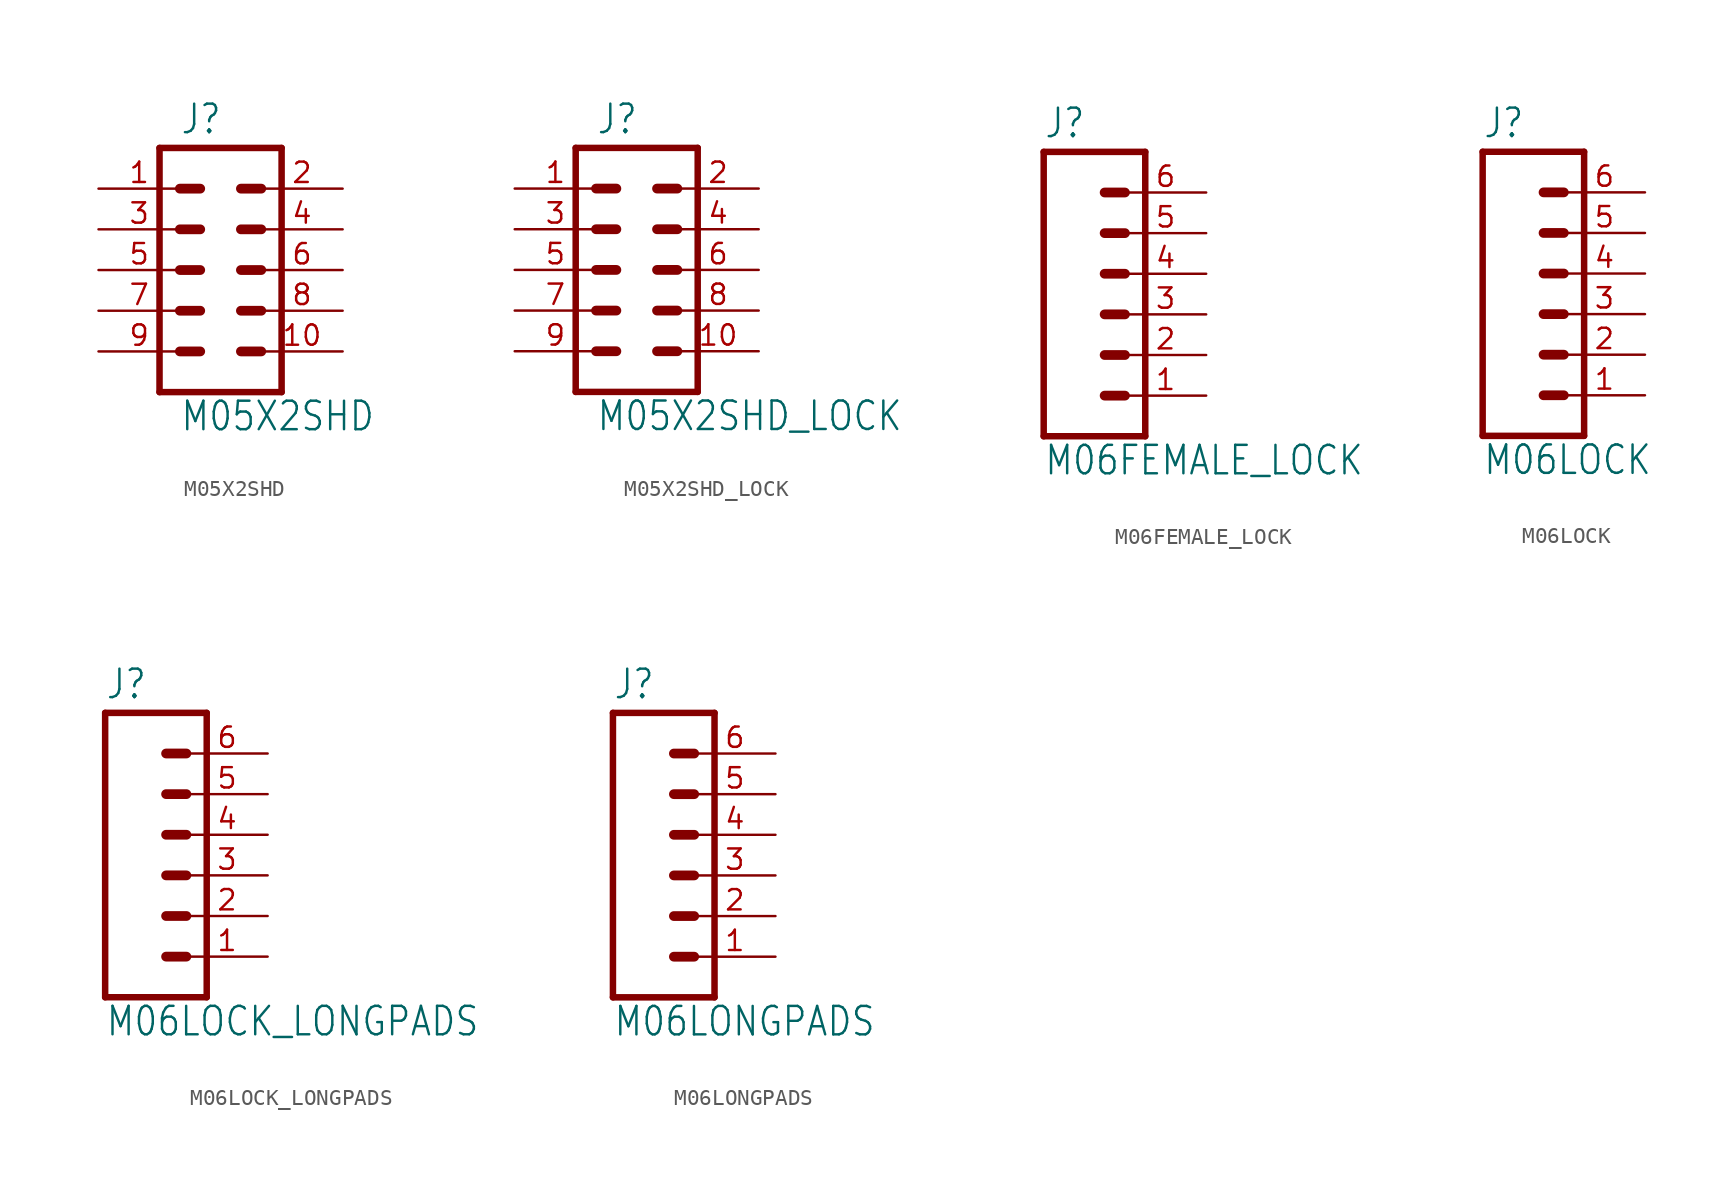
<source format=kicad_sym>
(kicad_symbol_lib
  (version 20220914)
  (generator kicad_symbol_editor)
  (symbol "M05X2SHD"
    (property "Reference" "J"
      (at -2.54 8.382 0)
      (effects (font (size 1.778 1.511)) (justify left bottom)))
    (property "Value" "M05X2SHD"
      (at -2.54 -10.16 0)
      (effects (font (size 1.778 1.511)) (justify left bottom)))
    (property "ki_locked" ""
      (at 0 0 0)
      (effects (font (size 1.27 1.27))))
    (symbol "M05X2SHD_1_0"
      (polyline (pts (xy -3.81 7.62) (xy -3.81 -7.62)) (stroke (width 0.406) (type default)) (fill (type none)))
      (polyline (pts (xy -3.81 7.62) (xy 3.81 7.62)) (stroke (width 0.406) (type default)) (fill (type none)))
      (polyline (pts (xy -1.27 -5.08) (xy -2.54 -5.08)) (stroke (width 0.61) (type default)) (fill (type none)))
      (polyline (pts (xy -1.27 -2.54) (xy -2.54 -2.54)) (stroke (width 0.61) (type default)) (fill (type none)))
      (polyline (pts (xy -1.27 0) (xy -2.54 0)) (stroke (width 0.61) (type default)) (fill (type none)))
      (polyline (pts (xy -1.27 2.54) (xy -2.54 2.54)) (stroke (width 0.61) (type default)) (fill (type none)))
      (polyline (pts (xy -1.27 5.08) (xy -2.54 5.08)) (stroke (width 0.61) (type default)) (fill (type none)))
      (polyline (pts (xy 1.27 -5.08) (xy 2.54 -5.08)) (stroke (width 0.61) (type default)) (fill (type none)))
      (polyline (pts (xy 1.27 -2.54) (xy 2.54 -2.54)) (stroke (width 0.61) (type default)) (fill (type none)))
      (polyline (pts (xy 1.27 0) (xy 2.54 0)) (stroke (width 0.61) (type default)) (fill (type none)))
      (polyline (pts (xy 1.27 2.54) (xy 2.54 2.54)) (stroke (width 0.61) (type default)) (fill (type none)))
      (polyline (pts (xy 1.27 5.08) (xy 2.54 5.08)) (stroke (width 0.61) (type default)) (fill (type none)))
      (polyline (pts (xy 3.81 -7.62) (xy -3.81 -7.62)) (stroke (width 0.406) (type default)) (fill (type none)))
      (polyline (pts (xy 3.81 -7.62) (xy 3.81 7.62)) (stroke (width 0.406) (type default)) (fill (type none)))
      (pin passive line (at -7.62 5.08 0) (length 5.08) (name "1" (effects (font (size 0 0)))) (number "1" (effects (font (size 1.27 1.27)))))
      (pin passive line (at 7.62 -5.08 180) (length 5.08) (name "10" (effects (font (size 0 0)))) (number "10" (effects (font (size 1.27 1.27)))))
      (pin passive line (at 7.62 5.08 180) (length 5.08) (name "2" (effects (font (size 0 0)))) (number "2" (effects (font (size 1.27 1.27)))))
      (pin passive line (at -7.62 2.54 0) (length 5.08) (name "3" (effects (font (size 0 0)))) (number "3" (effects (font (size 1.27 1.27)))))
      (pin passive line (at 7.62 2.54 180) (length 5.08) (name "4" (effects (font (size 0 0)))) (number "4" (effects (font (size 1.27 1.27)))))
      (pin passive line (at -7.62 0 0) (length 5.08) (name "5" (effects (font (size 0 0)))) (number "5" (effects (font (size 1.27 1.27)))))
      (pin passive line (at 7.62 0 180) (length 5.08) (name "6" (effects (font (size 0 0)))) (number "6" (effects (font (size 1.27 1.27)))))
      (pin passive line (at -7.62 -2.54 0) (length 5.08) (name "7" (effects (font (size 0 0)))) (number "7" (effects (font (size 1.27 1.27)))))
      (pin passive line (at 7.62 -2.54 180) (length 5.08) (name "8" (effects (font (size 0 0)))) (number "8" (effects (font (size 1.27 1.27)))))
      (pin passive line (at -7.62 -5.08 0) (length 5.08) (name "9" (effects (font (size 0 0)))) (number "9" (effects (font (size 1.27 1.27)))))))
  (symbol "M05X2SHD_LOCK"
    (property "Reference" "J"
      (at -2.54 8.382 0)
      (effects (font (size 1.778 1.511)) (justify left bottom)))
    (property "Value" "M05X2SHD_LOCK"
      (at -2.54 -10.16 0)
      (effects (font (size 1.778 1.511)) (justify left bottom)))
    (property "ki_locked" ""
      (at 0 0 0)
      (effects (font (size 1.27 1.27))))
    (symbol "M05X2SHD_LOCK_1_0"
      (polyline (pts (xy -3.81 7.62) (xy -3.81 -7.62)) (stroke (width 0.406) (type default)) (fill (type none)))
      (polyline (pts (xy -3.81 7.62) (xy 3.81 7.62)) (stroke (width 0.406) (type default)) (fill (type none)))
      (polyline (pts (xy -1.27 -5.08) (xy -2.54 -5.08)) (stroke (width 0.61) (type default)) (fill (type none)))
      (polyline (pts (xy -1.27 -2.54) (xy -2.54 -2.54)) (stroke (width 0.61) (type default)) (fill (type none)))
      (polyline (pts (xy -1.27 0) (xy -2.54 0)) (stroke (width 0.61) (type default)) (fill (type none)))
      (polyline (pts (xy -1.27 2.54) (xy -2.54 2.54)) (stroke (width 0.61) (type default)) (fill (type none)))
      (polyline (pts (xy -1.27 5.08) (xy -2.54 5.08)) (stroke (width 0.61) (type default)) (fill (type none)))
      (polyline (pts (xy 1.27 -5.08) (xy 2.54 -5.08)) (stroke (width 0.61) (type default)) (fill (type none)))
      (polyline (pts (xy 1.27 -2.54) (xy 2.54 -2.54)) (stroke (width 0.61) (type default)) (fill (type none)))
      (polyline (pts (xy 1.27 0) (xy 2.54 0)) (stroke (width 0.61) (type default)) (fill (type none)))
      (polyline (pts (xy 1.27 2.54) (xy 2.54 2.54)) (stroke (width 0.61) (type default)) (fill (type none)))
      (polyline (pts (xy 1.27 5.08) (xy 2.54 5.08)) (stroke (width 0.61) (type default)) (fill (type none)))
      (polyline (pts (xy 3.81 -7.62) (xy -3.81 -7.62)) (stroke (width 0.406) (type default)) (fill (type none)))
      (polyline (pts (xy 3.81 -7.62) (xy 3.81 7.62)) (stroke (width 0.406) (type default)) (fill (type none)))
      (pin passive line (at -7.62 5.08 0) (length 5.08) (name "1" (effects (font (size 0 0)))) (number "1" (effects (font (size 1.27 1.27)))))
      (pin passive line (at 7.62 -5.08 180) (length 5.08) (name "10" (effects (font (size 0 0)))) (number "10" (effects (font (size 1.27 1.27)))))
      (pin passive line (at 7.62 5.08 180) (length 5.08) (name "2" (effects (font (size 0 0)))) (number "2" (effects (font (size 1.27 1.27)))))
      (pin passive line (at -7.62 2.54 0) (length 5.08) (name "3" (effects (font (size 0 0)))) (number "3" (effects (font (size 1.27 1.27)))))
      (pin passive line (at 7.62 2.54 180) (length 5.08) (name "4" (effects (font (size 0 0)))) (number "4" (effects (font (size 1.27 1.27)))))
      (pin passive line (at -7.62 0 0) (length 5.08) (name "5" (effects (font (size 0 0)))) (number "5" (effects (font (size 1.27 1.27)))))
      (pin passive line (at 7.62 0 180) (length 5.08) (name "6" (effects (font (size 0 0)))) (number "6" (effects (font (size 1.27 1.27)))))
      (pin passive line (at -7.62 -2.54 0) (length 5.08) (name "7" (effects (font (size 0 0)))) (number "7" (effects (font (size 1.27 1.27)))))
      (pin passive line (at 7.62 -2.54 180) (length 5.08) (name "8" (effects (font (size 0 0)))) (number "8" (effects (font (size 1.27 1.27)))))
      (pin passive line (at -7.62 -5.08 0) (length 5.08) (name "9" (effects (font (size 0 0)))) (number "9" (effects (font (size 1.27 1.27)))))))
  (symbol "M06FEMALE_LOCK"
    (property "Reference" "J"
      (at -5.08 10.922 0)
      (effects (font (size 1.778 1.511)) (justify left bottom)))
    (property "Value" "M06FEMALE_LOCK"
      (at -5.08 -10.16 0)
      (effects (font (size 1.778 1.511)) (justify left bottom)))
    (property "ki_locked" ""
      (at 0 0 0)
      (effects (font (size 1.27 1.27))))
    (symbol "M06FEMALE_LOCK_1_0"
      (polyline (pts (xy -5.08 10.16) (xy -5.08 -7.62)) (stroke (width 0.406) (type default)) (fill (type none)))
      (polyline (pts (xy -5.08 10.16) (xy 1.27 10.16)) (stroke (width 0.406) (type default)) (fill (type none)))
      (polyline (pts (xy -1.27 -5.08) (xy 0 -5.08)) (stroke (width 0.61) (type default)) (fill (type none)))
      (polyline (pts (xy -1.27 -2.54) (xy 0 -2.54)) (stroke (width 0.61) (type default)) (fill (type none)))
      (polyline (pts (xy -1.27 0) (xy 0 0)) (stroke (width 0.61) (type default)) (fill (type none)))
      (polyline (pts (xy -1.27 2.54) (xy 0 2.54)) (stroke (width 0.61) (type default)) (fill (type none)))
      (polyline (pts (xy -1.27 5.08) (xy 0 5.08)) (stroke (width 0.61) (type default)) (fill (type none)))
      (polyline (pts (xy -1.27 7.62) (xy 0 7.62)) (stroke (width 0.61) (type default)) (fill (type none)))
      (polyline (pts (xy 1.27 -7.62) (xy -5.08 -7.62)) (stroke (width 0.406) (type default)) (fill (type none)))
      (polyline (pts (xy 1.27 -7.62) (xy 1.27 10.16)) (stroke (width 0.406) (type default)) (fill (type none)))
      (pin passive line (at 5.08 -5.08 180) (length 5.08) (name "1" (effects (font (size 0 0)))) (number "1" (effects (font (size 1.27 1.27)))))
      (pin passive line (at 5.08 -2.54 180) (length 5.08) (name "2" (effects (font (size 0 0)))) (number "2" (effects (font (size 1.27 1.27)))))
      (pin passive line (at 5.08 0 180) (length 5.08) (name "3" (effects (font (size 0 0)))) (number "3" (effects (font (size 1.27 1.27)))))
      (pin passive line (at 5.08 2.54 180) (length 5.08) (name "4" (effects (font (size 0 0)))) (number "4" (effects (font (size 1.27 1.27)))))
      (pin passive line (at 5.08 5.08 180) (length 5.08) (name "5" (effects (font (size 0 0)))) (number "5" (effects (font (size 1.27 1.27)))))
      (pin passive line (at 5.08 7.62 180) (length 5.08) (name "6" (effects (font (size 0 0)))) (number "6" (effects (font (size 1.27 1.27)))))))
  (symbol "M06LOCK"
    (property "Reference" "J"
      (at -5.08 10.922 0)
      (effects (font (size 1.778 1.511)) (justify left bottom)))
    (property "Value" "M06LOCK"
      (at -5.08 -10.16 0)
      (effects (font (size 1.778 1.511)) (justify left bottom)))
    (property "ki_locked" ""
      (at 0 0 0)
      (effects (font (size 1.27 1.27))))
    (symbol "M06LOCK_1_0"
      (polyline (pts (xy -5.08 10.16) (xy -5.08 -7.62)) (stroke (width 0.406) (type default)) (fill (type none)))
      (polyline (pts (xy -5.08 10.16) (xy 1.27 10.16)) (stroke (width 0.406) (type default)) (fill (type none)))
      (polyline (pts (xy -1.27 -5.08) (xy 0 -5.08)) (stroke (width 0.61) (type default)) (fill (type none)))
      (polyline (pts (xy -1.27 -2.54) (xy 0 -2.54)) (stroke (width 0.61) (type default)) (fill (type none)))
      (polyline (pts (xy -1.27 0) (xy 0 0)) (stroke (width 0.61) (type default)) (fill (type none)))
      (polyline (pts (xy -1.27 2.54) (xy 0 2.54)) (stroke (width 0.61) (type default)) (fill (type none)))
      (polyline (pts (xy -1.27 5.08) (xy 0 5.08)) (stroke (width 0.61) (type default)) (fill (type none)))
      (polyline (pts (xy -1.27 7.62) (xy 0 7.62)) (stroke (width 0.61) (type default)) (fill (type none)))
      (polyline (pts (xy 1.27 -7.62) (xy -5.08 -7.62)) (stroke (width 0.406) (type default)) (fill (type none)))
      (polyline (pts (xy 1.27 -7.62) (xy 1.27 10.16)) (stroke (width 0.406) (type default)) (fill (type none)))
      (pin passive line (at 5.08 -5.08 180) (length 5.08) (name "1" (effects (font (size 0 0)))) (number "1" (effects (font (size 1.27 1.27)))))
      (pin passive line (at 5.08 -2.54 180) (length 5.08) (name "2" (effects (font (size 0 0)))) (number "2" (effects (font (size 1.27 1.27)))))
      (pin passive line (at 5.08 0 180) (length 5.08) (name "3" (effects (font (size 0 0)))) (number "3" (effects (font (size 1.27 1.27)))))
      (pin passive line (at 5.08 2.54 180) (length 5.08) (name "4" (effects (font (size 0 0)))) (number "4" (effects (font (size 1.27 1.27)))))
      (pin passive line (at 5.08 5.08 180) (length 5.08) (name "5" (effects (font (size 0 0)))) (number "5" (effects (font (size 1.27 1.27)))))
      (pin passive line (at 5.08 7.62 180) (length 5.08) (name "6" (effects (font (size 0 0)))) (number "6" (effects (font (size 1.27 1.27)))))))
  (symbol "M06LOCK_LONGPADS"
    (property "Reference" "J"
      (at -5.08 10.922 0)
      (effects (font (size 1.778 1.511)) (justify left bottom)))
    (property "Value" "M06LOCK_LONGPADS"
      (at -5.08 -10.16 0)
      (effects (font (size 1.778 1.511)) (justify left bottom)))
    (property "ki_locked" ""
      (at 0 0 0)
      (effects (font (size 1.27 1.27))))
    (symbol "M06LOCK_LONGPADS_1_0"
      (polyline (pts (xy -5.08 10.16) (xy -5.08 -7.62)) (stroke (width 0.406) (type default)) (fill (type none)))
      (polyline (pts (xy -5.08 10.16) (xy 1.27 10.16)) (stroke (width 0.406) (type default)) (fill (type none)))
      (polyline (pts (xy -1.27 -5.08) (xy 0 -5.08)) (stroke (width 0.61) (type default)) (fill (type none)))
      (polyline (pts (xy -1.27 -2.54) (xy 0 -2.54)) (stroke (width 0.61) (type default)) (fill (type none)))
      (polyline (pts (xy -1.27 0) (xy 0 0)) (stroke (width 0.61) (type default)) (fill (type none)))
      (polyline (pts (xy -1.27 2.54) (xy 0 2.54)) (stroke (width 0.61) (type default)) (fill (type none)))
      (polyline (pts (xy -1.27 5.08) (xy 0 5.08)) (stroke (width 0.61) (type default)) (fill (type none)))
      (polyline (pts (xy -1.27 7.62) (xy 0 7.62)) (stroke (width 0.61) (type default)) (fill (type none)))
      (polyline (pts (xy 1.27 -7.62) (xy -5.08 -7.62)) (stroke (width 0.406) (type default)) (fill (type none)))
      (polyline (pts (xy 1.27 -7.62) (xy 1.27 10.16)) (stroke (width 0.406) (type default)) (fill (type none)))
      (pin passive line (at 5.08 -5.08 180) (length 5.08) (name "1" (effects (font (size 0 0)))) (number "1" (effects (font (size 1.27 1.27)))))
      (pin passive line (at 5.08 -2.54 180) (length 5.08) (name "2" (effects (font (size 0 0)))) (number "2" (effects (font (size 1.27 1.27)))))
      (pin passive line (at 5.08 0 180) (length 5.08) (name "3" (effects (font (size 0 0)))) (number "3" (effects (font (size 1.27 1.27)))))
      (pin passive line (at 5.08 2.54 180) (length 5.08) (name "4" (effects (font (size 0 0)))) (number "4" (effects (font (size 1.27 1.27)))))
      (pin passive line (at 5.08 5.08 180) (length 5.08) (name "5" (effects (font (size 0 0)))) (number "5" (effects (font (size 1.27 1.27)))))
      (pin passive line (at 5.08 7.62 180) (length 5.08) (name "6" (effects (font (size 0 0)))) (number "6" (effects (font (size 1.27 1.27)))))))
  (symbol "M06LONGPADS"
    (property "Reference" "J"
      (at -5.08 10.922 0)
      (effects (font (size 1.778 1.511)) (justify left bottom)))
    (property "Value" "M06LONGPADS"
      (at -5.08 -10.16 0)
      (effects (font (size 1.778 1.511)) (justify left bottom)))
    (property "ki_locked" ""
      (at 0 0 0)
      (effects (font (size 1.27 1.27))))
    (symbol "M06LONGPADS_1_0"
      (polyline (pts (xy -5.08 10.16) (xy -5.08 -7.62)) (stroke (width 0.406) (type default)) (fill (type none)))
      (polyline (pts (xy -5.08 10.16) (xy 1.27 10.16)) (stroke (width 0.406) (type default)) (fill (type none)))
      (polyline (pts (xy -1.27 -5.08) (xy 0 -5.08)) (stroke (width 0.61) (type default)) (fill (type none)))
      (polyline (pts (xy -1.27 -2.54) (xy 0 -2.54)) (stroke (width 0.61) (type default)) (fill (type none)))
      (polyline (pts (xy -1.27 0) (xy 0 0)) (stroke (width 0.61) (type default)) (fill (type none)))
      (polyline (pts (xy -1.27 2.54) (xy 0 2.54)) (stroke (width 0.61) (type default)) (fill (type none)))
      (polyline (pts (xy -1.27 5.08) (xy 0 5.08)) (stroke (width 0.61) (type default)) (fill (type none)))
      (polyline (pts (xy -1.27 7.62) (xy 0 7.62)) (stroke (width 0.61) (type default)) (fill (type none)))
      (polyline (pts (xy 1.27 -7.62) (xy -5.08 -7.62)) (stroke (width 0.406) (type default)) (fill (type none)))
      (polyline (pts (xy 1.27 -7.62) (xy 1.27 10.16)) (stroke (width 0.406) (type default)) (fill (type none)))
      (pin passive line (at 5.08 -5.08 180) (length 5.08) (name "1" (effects (font (size 0 0)))) (number "1" (effects (font (size 1.27 1.27)))))
      (pin passive line (at 5.08 -2.54 180) (length 5.08) (name "2" (effects (font (size 0 0)))) (number "2" (effects (font (size 1.27 1.27)))))
      (pin passive line (at 5.08 0 180) (length 5.08) (name "3" (effects (font (size 0 0)))) (number "3" (effects (font (size 1.27 1.27)))))
      (pin passive line (at 5.08 2.54 180) (length 5.08) (name "4" (effects (font (size 0 0)))) (number "4" (effects (font (size 1.27 1.27)))))
      (pin passive line (at 5.08 5.08 180) (length 5.08) (name "5" (effects (font (size 0 0)))) (number "5" (effects (font (size 1.27 1.27)))))
      (pin passive line (at 5.08 7.62 180) (length 5.08) (name "6" (effects (font (size 0 0)))) (number "6" (effects (font (size 1.27 1.27))))))))
</source>
